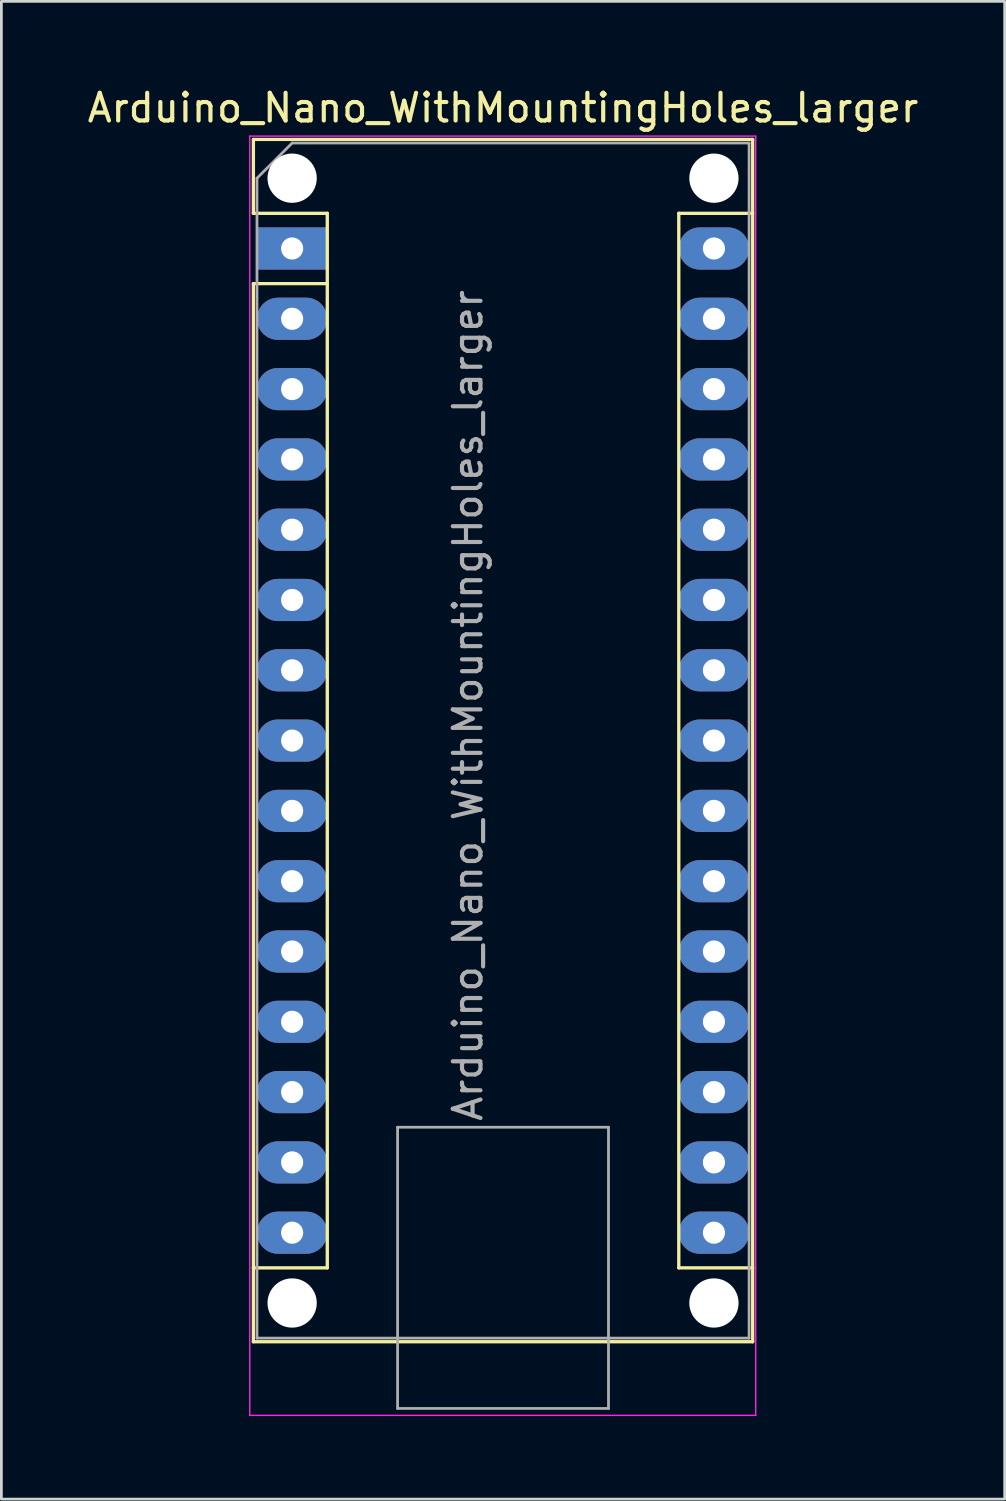
<source format=kicad_pcb>
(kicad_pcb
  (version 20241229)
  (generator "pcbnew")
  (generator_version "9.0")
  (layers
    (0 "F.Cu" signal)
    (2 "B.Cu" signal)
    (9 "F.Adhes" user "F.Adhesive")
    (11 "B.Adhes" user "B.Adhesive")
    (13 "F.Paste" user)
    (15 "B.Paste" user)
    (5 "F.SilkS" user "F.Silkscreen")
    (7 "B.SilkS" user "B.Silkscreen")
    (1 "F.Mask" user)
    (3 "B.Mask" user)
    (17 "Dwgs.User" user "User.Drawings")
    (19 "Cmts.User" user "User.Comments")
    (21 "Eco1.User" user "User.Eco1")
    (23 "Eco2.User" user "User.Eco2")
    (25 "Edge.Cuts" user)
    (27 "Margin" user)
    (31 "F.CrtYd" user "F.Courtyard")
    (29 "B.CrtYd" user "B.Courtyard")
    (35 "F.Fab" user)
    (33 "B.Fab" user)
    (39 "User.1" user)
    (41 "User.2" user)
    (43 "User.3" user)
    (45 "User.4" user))
  (footprint "Arduino_Nano_WithMountingHoles_larger"
    (layer "F.Cu")
    (at 7.505 5.928)
    (property "Reference" "Arduino_Nano_WithMountingHoles_larger" (at 7.62 -5.08 0) (layer "F.SilkS") (effects (font (size 1 1) (thickness 0.15))))
    (attr through_hole)
    (fp_line (start -1.4 -3.94) (end -1.4 -1.27) (stroke (width 0.12) (type solid)) (layer "F.SilkS"))
    (fp_line (start -1.4 1.27) (end -1.4 39.5) (stroke (width 0.12) (type solid)) (layer "F.SilkS"))
    (fp_line (start -1.4 39.5) (end 16.64 39.5) (stroke (width 0.12) (type solid)) (layer "F.SilkS"))
    (fp_line (start 1.27 -1.27) (end -1.4 -1.27) (stroke (width 0.12) (type solid)) (layer "F.SilkS"))
    (fp_line (start 1.27 1.27) (end -1.4 1.27) (stroke (width 0.12) (type solid)) (layer "F.SilkS"))
    (fp_line (start 1.27 1.27) (end 1.27 -1.27) (stroke (width 0.12) (type solid)) (layer "F.SilkS"))
    (fp_line (start 1.27 1.27) (end 1.27 36.83) (stroke (width 0.12) (type solid)) (layer "F.SilkS"))
    (fp_line (start 1.27 36.83) (end -1.4 36.83) (stroke (width 0.12) (type solid)) (layer "F.SilkS"))
    (fp_line (start 13.97 -1.27) (end 13.97 36.83) (stroke (width 0.12) (type solid)) (layer "F.SilkS"))
    (fp_line (start 13.97 -1.27) (end 16.64 -1.27) (stroke (width 0.12) (type solid)) (layer "F.SilkS"))
    (fp_line (start 13.97 36.83) (end 16.64 36.83) (stroke (width 0.12) (type solid)) (layer "F.SilkS"))
    (fp_line (start 16.64 -3.94) (end -1.4 -3.94) (stroke (width 0.12) (type solid)) (layer "F.SilkS"))
    (fp_line (start 16.64 39.5) (end 16.64 -3.94) (stroke (width 0.12) (type solid)) (layer "F.SilkS"))
    (fp_line (start -1.53 -4.06) (end -1.53 42.16) (stroke (width 0.05) (type solid)) (layer "F.CrtYd"))
    (fp_line (start -1.53 -4.06) (end 16.75 -4.06) (stroke (width 0.05) (type solid)) (layer "F.CrtYd"))
    (fp_line (start 16.75 42.16) (end -1.53 42.16) (stroke (width 0.05) (type solid)) (layer "F.CrtYd"))
    (fp_line (start 16.75 42.16) (end 16.75 -4.06) (stroke (width 0.05) (type solid)) (layer "F.CrtYd"))
    (fp_line (start -1.27 -2.54) (end 0 -3.81) (stroke (width 0.1) (type solid)) (layer "F.Fab"))
    (fp_line (start -1.27 39.37) (end -1.27 -2.54) (stroke (width 0.1) (type solid)) (layer "F.Fab"))
    (fp_line (start 0 -3.81) (end 16.51 -3.81) (stroke (width 0.1) (type solid)) (layer "F.Fab"))
    (fp_line (start 3.81 31.75) (end 11.43 31.75) (stroke (width 0.1) (type solid)) (layer "F.Fab"))
    (fp_line (start 3.81 41.91) (end 3.81 31.75) (stroke (width 0.1) (type solid)) (layer "F.Fab"))
    (fp_line (start 11.43 31.75) (end 11.43 41.91) (stroke (width 0.1) (type solid)) (layer "F.Fab"))
    (fp_line (start 11.43 41.91) (end 3.81 41.91) (stroke (width 0.1) (type solid)) (layer "F.Fab"))
    (fp_line (start 16.51 -3.81) (end 16.51 39.37) (stroke (width 0.1) (type solid)) (layer "F.Fab"))
    (fp_line (start 16.51 39.37) (end -1.27 39.37) (stroke (width 0.1) (type solid)) (layer "F.Fab"))
    (fp_text user "${REFERENCE}" (at 6.35 16.51 90) (layer "F.Fab") (effects (font (size 1 1) (thickness 0.15))))
    (pad "" np_thru_hole circle (at 0 -2.54) (size 1.78 1.78) (drill 1.78) (layers "*.Cu" "*.Mask"))
    (pad "" np_thru_hole circle (at 0 38.1) (size 1.78 1.78) (drill 1.78) (layers "*.Cu" "*.Mask"))
    (pad "" np_thru_hole circle (at 15.24 -2.54) (size 1.78 1.78) (drill 1.78) (layers "*.Cu" "*.Mask"))
    (pad "" np_thru_hole circle (at 15.24 38.1) (size 1.78 1.78) (drill 1.78) (layers "*.Cu" "*.Mask"))
    (pad "1" thru_hole rect (at 0 0) (size 2.54 1.524) (drill 0.8) (layers "*.Cu" "*.Mask"))
    (pad "2" thru_hole oval (at 0 2.54) (size 2.54 1.524) (drill 0.8) (layers "*.Cu" "*.Mask"))
    (pad "3" thru_hole oval (at 0 5.08) (size 2.54 1.524) (drill 0.8) (layers "*.Cu" "*.Mask"))
    (pad "4" thru_hole oval (at 0 7.62) (size 2.54 1.524) (drill 0.8) (layers "*.Cu" "*.Mask"))
    (pad "5" thru_hole oval (at 0 10.16) (size 2.54 1.524) (drill 0.8) (layers "*.Cu" "*.Mask"))
    (pad "6" thru_hole oval (at 0 12.7) (size 2.54 1.524) (drill 0.8) (layers "*.Cu" "*.Mask"))
    (pad "7" thru_hole oval (at 0 15.24) (size 2.54 1.524) (drill 0.8) (layers "*.Cu" "*.Mask"))
    (pad "8" thru_hole oval (at 0 17.78) (size 2.54 1.524) (drill 0.8) (layers "*.Cu" "*.Mask"))
    (pad "9" thru_hole oval (at 0 20.32) (size 2.54 1.524) (drill 0.8) (layers "*.Cu" "*.Mask"))
    (pad "10" thru_hole oval (at 0 22.86) (size 2.54 1.524) (drill 0.8) (layers "*.Cu" "*.Mask"))
    (pad "11" thru_hole oval (at 0 25.4) (size 2.54 1.524) (drill 0.8) (layers "*.Cu" "*.Mask"))
    (pad "12" thru_hole oval (at 0 27.94) (size 2.54 1.524) (drill 0.8) (layers "*.Cu" "*.Mask"))
    (pad "13" thru_hole oval (at 0 30.48) (size 2.54 1.524) (drill 0.8) (layers "*.Cu" "*.Mask"))
    (pad "14" thru_hole oval (at 0 33.02) (size 2.54 1.524) (drill 0.8) (layers "*.Cu" "*.Mask"))
    (pad "15" thru_hole oval (at 0 35.56) (size 2.54 1.524) (drill 0.8) (layers "*.Cu" "*.Mask"))
    (pad "16" thru_hole oval (at 15.24 35.56) (size 2.54 1.524) (drill 0.8) (layers "*.Cu" "*.Mask"))
    (pad "17" thru_hole oval (at 15.24 33.02) (size 2.54 1.524) (drill 0.8) (layers "*.Cu" "*.Mask"))
    (pad "18" thru_hole oval (at 15.24 30.48) (size 2.54 1.524) (drill 0.8) (layers "*.Cu" "*.Mask"))
    (pad "19" thru_hole oval (at 15.24 27.94) (size 2.54 1.524) (drill 0.8) (layers "*.Cu" "*.Mask"))
    (pad "20" thru_hole oval (at 15.24 25.4) (size 2.54 1.524) (drill 0.8) (layers "*.Cu" "*.Mask"))
    (pad "21" thru_hole oval (at 15.24 22.86) (size 2.54 1.524) (drill 0.8) (layers "*.Cu" "*.Mask"))
    (pad "22" thru_hole oval (at 15.24 20.32) (size 2.54 1.524) (drill 0.8) (layers "*.Cu" "*.Mask"))
    (pad "23" thru_hole oval (at 15.24 17.78) (size 2.54 1.524) (drill 0.8) (layers "*.Cu" "*.Mask"))
    (pad "24" thru_hole oval (at 15.24 15.24) (size 2.54 1.524) (drill 0.8) (layers "*.Cu" "*.Mask"))
    (pad "25" thru_hole oval (at 15.24 12.7) (size 2.54 1.524) (drill 0.8) (layers "*.Cu" "*.Mask"))
    (pad "26" thru_hole oval (at 15.24 10.16) (size 2.54 1.524) (drill 0.8) (layers "*.Cu" "*.Mask"))
    (pad "27" thru_hole oval (at 15.24 7.62) (size 2.54 1.524) (drill 0.8) (layers "*.Cu" "*.Mask"))
    (pad "28" thru_hole oval (at 15.24 5.08) (size 2.54 1.524) (drill 0.8) (layers "*.Cu" "*.Mask"))
    (pad "29" thru_hole oval (at 15.24 2.54) (size 2.54 1.524) (drill 0.8) (layers "*.Cu" "*.Mask"))
    (pad "30" thru_hole oval (at 15.24 0) (size 2.54 1.524) (drill 0.8) (layers "*.Cu" "*.Mask")))
  (gr_rect
    (start -3 -3)
    (end 33.25 51.113)
    (stroke (width 0.1) (type default))
    (fill no)
    (layer "Edge.Cuts")))
</source>
